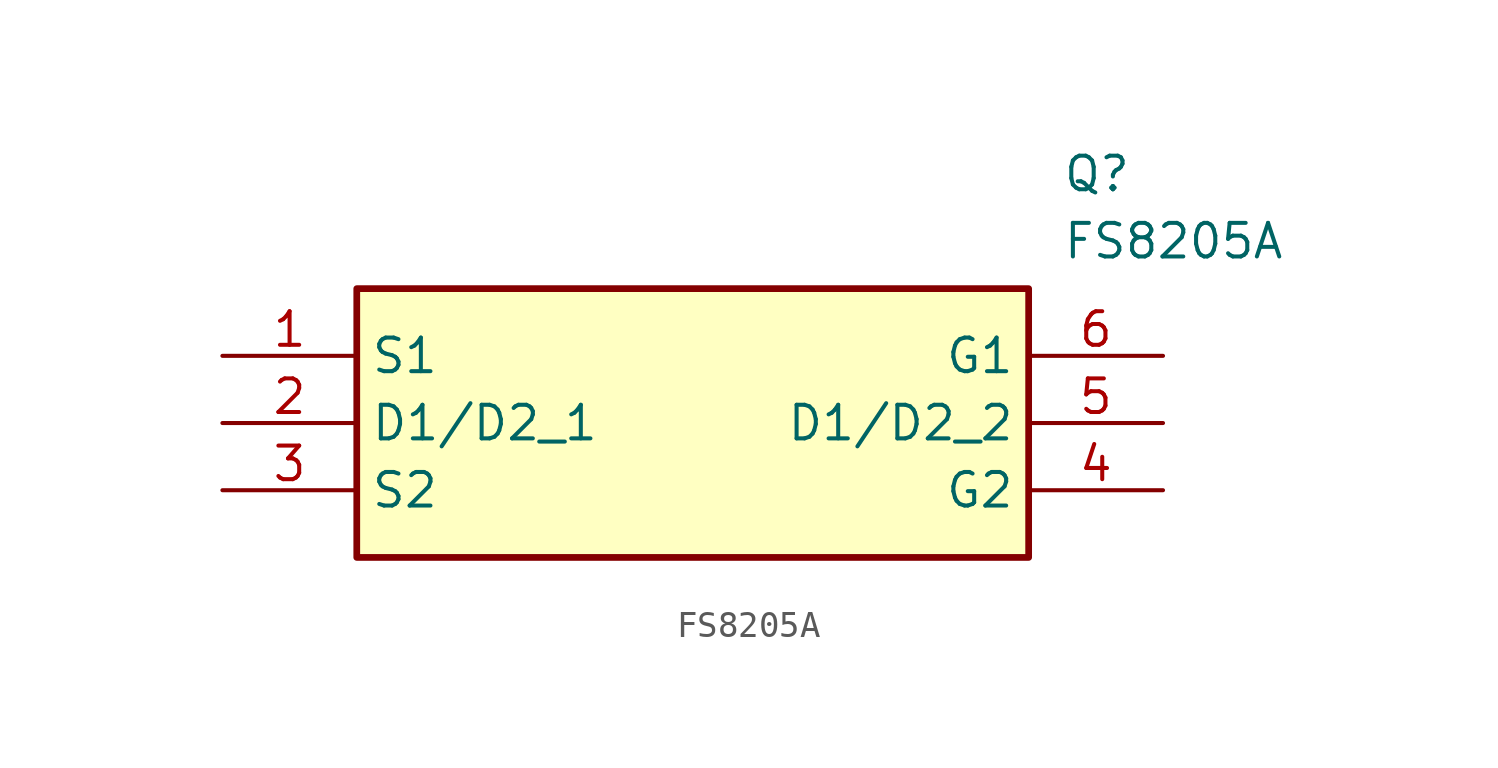
<source format=kicad_sym>
(kicad_symbol_lib
  (version 20211014)
  (generator SamacSys_ECAD_Model)
  (symbol "FS8205A"
    (property "Reference" "Q"
      (at 31.75 7.62 0)
      (effects (font (size 1.27 1.27)) (justify left top)))
    (property "Value" "FS8205A"
      (at 31.75 5.08 0)
      (effects (font (size 1.27 1.27)) (justify left top)))
    (rectangle
      (start 5.08 2.54)
      (end 30.48 -7.62)
      (stroke (width 0.254) (type default))
      (fill (type background)))
    (pin passive line
      (at 0 0 0)
      (length 5.08)
      (name "S1" (effects (font (size 1.27 1.27))))
      (number "1" (effects (font (size 1.27 1.27)))))
    (pin passive line
      (at 0 -2.54 0)
      (length 5.08)
      (name "D1/D2_1" (effects (font (size 1.27 1.27))))
      (number "2" (effects (font (size 1.27 1.27)))))
    (pin passive line
      (at 0 -5.08 0)
      (length 5.08)
      (name "S2" (effects (font (size 1.27 1.27))))
      (number "3" (effects (font (size 1.27 1.27)))))
    (pin passive line
      (at 35.56 0 180)
      (length 5.08)
      (name "G1" (effects (font (size 1.27 1.27))))
      (number "6" (effects (font (size 1.27 1.27)))))
    (pin passive line
      (at 35.56 -2.54 180)
      (length 5.08)
      (name "D1/D2_2" (effects (font (size 1.27 1.27))))
      (number "5" (effects (font (size 1.27 1.27)))))
    (pin passive line
      (at 35.56 -5.08 180)
      (length 5.08)
      (name "G2" (effects (font (size 1.27 1.27))))
      (number "4" (effects (font (size 1.27 1.27)))))))
</source>
